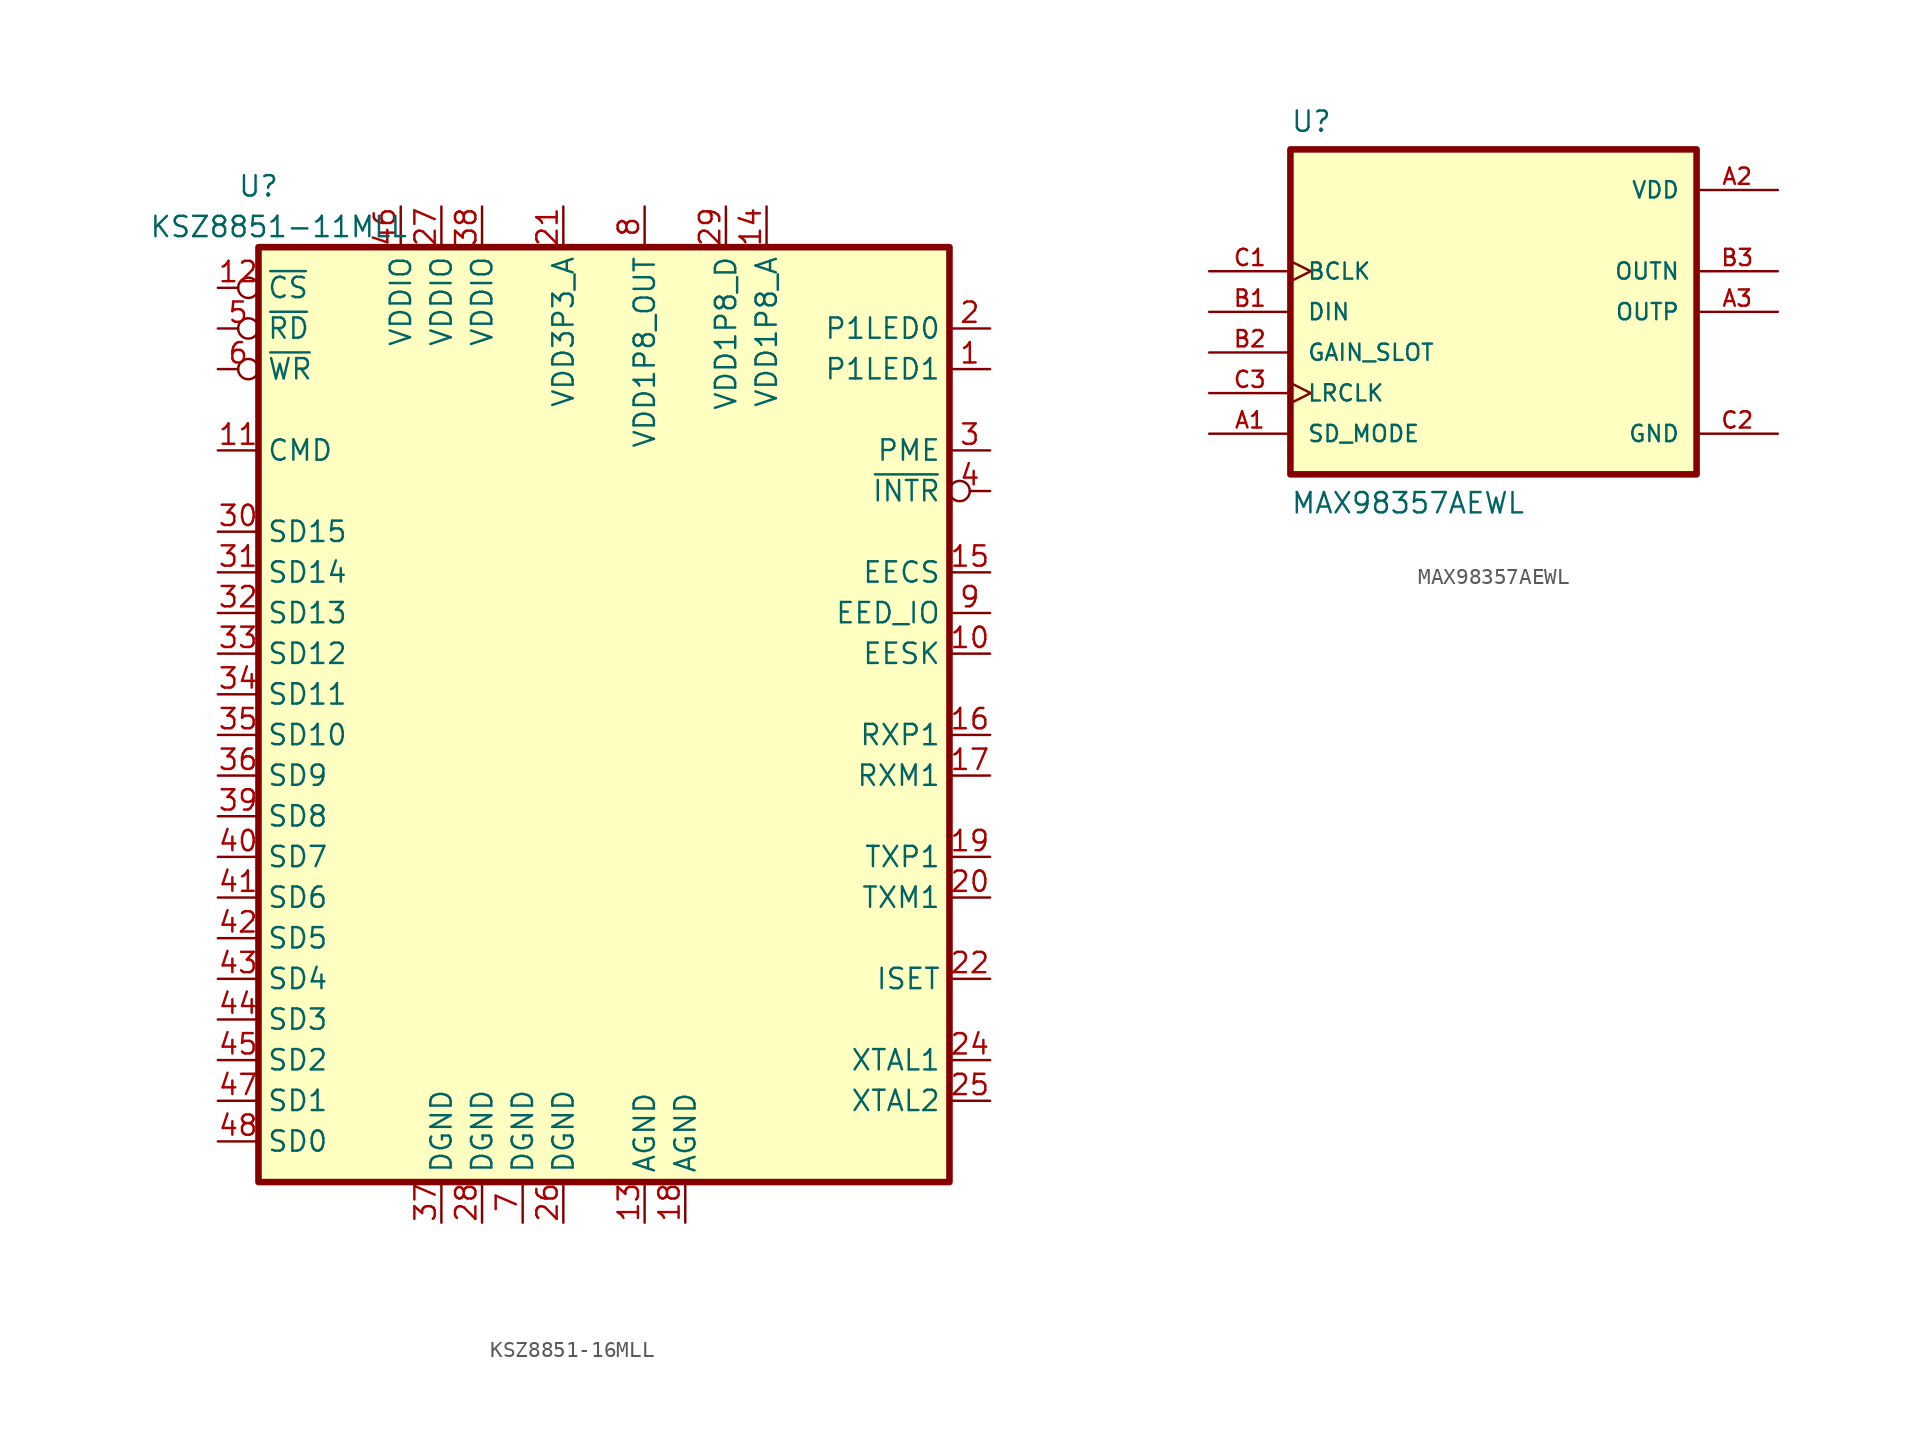
<source format=kicad_sym>
(kicad_symbol_lib
  (version 20231120)
  (generator "kicad_symbol_editor")
  (generator_version "8.0")
  (symbol "KSZ8851-16MLL"
    (property "Reference" "U"
      (at -11.43 16.51 0)
      (effects (font (size 1.27 1.27))))
    (property "Value" "KSZ8851-11MLL"
      (at -10.16 13.97 0)
      (effects (font (size 1.27 1.27))))
    (symbol "KSZ8851-16MLL_0_0"
      (rectangle (start -11.43 12.7) (end 31.75 -45.72) (stroke (width 0.41) (type default)) (fill (type background)))
      (pin bidirectional line (at 34.29 5.08 180) (length 2.54) (name "P1LED1" (effects (font (size 1.27 1.27)))) (number "1" (effects (font (size 1.27 1.27)))))
      (pin output line (at 34.29 -12.7 180) (length 2.54) (name "EESK" (effects (font (size 1.27 1.27)))) (number "10" (effects (font (size 1.27 1.27)))))
      (pin input line (at -13.97 0 0) (length 2.54) (name "CMD" (effects (font (size 1.27 1.27)))) (number "11" (effects (font (size 1.27 1.27)))))
      (pin input inverted (at -13.97 10.16 0) (length 2.54) (name "~{CS}" (effects (font (size 1.27 1.27)))) (number "12" (effects (font (size 1.27 1.27)))))
      (pin power_in line (at 12.7 -48.26 90) (length 2.54) (name "AGND" (effects (font (size 1.27 1.27)))) (number "13" (effects (font (size 1.27 1.27)))))
      (pin power_in line (at 20.32 15.24 270) (length 2.54) (name "VDD1P8_A" (effects (font (size 1.27 1.27)))) (number "14" (effects (font (size 1.27 1.27)))))
      (pin output line (at 34.29 -7.62 180) (length 2.54) (name "EECS" (effects (font (size 1.27 1.27)))) (number "15" (effects (font (size 1.27 1.27)))))
      (pin bidirectional line (at 34.29 -17.78 180) (length 2.54) (name "RXP1" (effects (font (size 1.27 1.27)))) (number "16" (effects (font (size 1.27 1.27)))))
      (pin bidirectional line (at 34.29 -20.32 180) (length 2.54) (name "RXM1" (effects (font (size 1.27 1.27)))) (number "17" (effects (font (size 1.27 1.27)))))
      (pin power_in line (at 15.24 -48.26 90) (length 2.54) (name "AGND" (effects (font (size 1.27 1.27)))) (number "18" (effects (font (size 1.27 1.27)))))
      (pin bidirectional line (at 34.29 -25.4 180) (length 2.54) (name "TXP1" (effects (font (size 1.27 1.27)))) (number "19" (effects (font (size 1.27 1.27)))))
      (pin output line (at 34.29 7.62 180) (length 2.54) (name "P1LED0" (effects (font (size 1.27 1.27)))) (number "2" (effects (font (size 1.27 1.27)))))
      (pin bidirectional line (at 34.29 -27.94 180) (length 2.54) (name "TXM1" (effects (font (size 1.27 1.27)))) (number "20" (effects (font (size 1.27 1.27)))))
      (pin power_out line (at 7.62 15.24 270) (length 2.54) (name "VDD3P3_A" (effects (font (size 1.27 1.27)))) (number "21" (effects (font (size 1.27 1.27)))))
      (pin passive line (at 34.29 -33.02 180) (length 2.54) (name "ISET" (effects (font (size 1.27 1.27)))) (number "22" (effects (font (size 1.27 1.27)))))
      (pin input line (at 34.29 -38.1 180) (length 2.54) (name "XTAL1" (effects (font (size 1.27 1.27)))) (number "24" (effects (font (size 1.27 1.27)))))
      (pin output line (at 34.29 -40.64 180) (length 2.54) (name "XTAL2" (effects (font (size 1.27 1.27)))) (number "25" (effects (font (size 1.27 1.27)))))
      (pin power_in line (at 7.62 -48.26 90) (length 2.54) (name "DGND" (effects (font (size 1.27 1.27)))) (number "26" (effects (font (size 1.27 1.27)))))
      (pin open_collector line (at 0 15.24 270) (length 2.54) (name "VDDIO" (effects (font (size 1.27 1.27)))) (number "27" (effects (font (size 1.27 1.27)))))
      (pin power_in line (at 2.54 -48.26 90) (length 2.54) (name "DGND" (effects (font (size 1.27 1.27)))) (number "28" (effects (font (size 1.27 1.27)))))
      (pin power_in line (at 17.78 15.24 270) (length 2.54) (name "VDD1P8_D" (effects (font (size 1.27 1.27)))) (number "29" (effects (font (size 1.27 1.27)))))
      (pin output line (at 34.29 0 180) (length 2.54) (name "PME" (effects (font (size 1.27 1.27)))) (number "3" (effects (font (size 1.27 1.27)))))
      (pin bidirectional line (at -13.97 -5.08 0) (length 2.54) (name "SD15" (effects (font (size 1.27 1.27)))) (number "30" (effects (font (size 1.27 1.27)))))
      (pin bidirectional line (at -13.97 -7.62 0) (length 2.54) (name "SD14" (effects (font (size 1.27 1.27)))) (number "31" (effects (font (size 1.27 1.27)))))
      (pin bidirectional line (at -13.97 -10.16 0) (length 2.54) (name "SD13" (effects (font (size 1.27 1.27)))) (number "32" (effects (font (size 1.27 1.27)))))
      (pin bidirectional line (at -13.97 -12.7 0) (length 2.54) (name "SD12" (effects (font (size 1.27 1.27)))) (number "33" (effects (font (size 1.27 1.27)))))
      (pin bidirectional line (at -13.97 -15.24 0) (length 2.54) (name "SD11" (effects (font (size 1.27 1.27)))) (number "34" (effects (font (size 1.27 1.27)))))
      (pin bidirectional line (at -13.97 -17.78 0) (length 2.54) (name "SD10" (effects (font (size 1.27 1.27)))) (number "35" (effects (font (size 1.27 1.27)))))
      (pin bidirectional line (at -13.97 -20.32 0) (length 2.54) (name "SD9" (effects (font (size 1.27 1.27)))) (number "36" (effects (font (size 1.27 1.27)))))
      (pin power_in line (at 0 -48.26 90) (length 2.54) (name "DGND" (effects (font (size 1.27 1.27)))) (number "37" (effects (font (size 1.27 1.27)))))
      (pin power_in line (at 2.54 15.24 270) (length 2.54) (name "VDDIO" (effects (font (size 1.27 1.27)))) (number "38" (effects (font (size 1.27 1.27)))))
      (pin bidirectional line (at -13.97 -22.86 0) (length 2.54) (name "SD8" (effects (font (size 1.27 1.27)))) (number "39" (effects (font (size 1.27 1.27)))))
      (pin output inverted (at 34.29 -2.54 180) (length 2.54) (name "~{INTR}" (effects (font (size 1.27 1.27)))) (number "4" (effects (font (size 1.27 1.27)))))
      (pin bidirectional line (at -13.97 -25.4 0) (length 2.54) (name "SD7" (effects (font (size 1.27 1.27)))) (number "40" (effects (font (size 1.27 1.27)))))
      (pin bidirectional line (at -13.97 -27.94 0) (length 2.54) (name "SD6" (effects (font (size 1.27 1.27)))) (number "41" (effects (font (size 1.27 1.27)))))
      (pin bidirectional line (at -13.97 -30.48 0) (length 2.54) (name "SD5" (effects (font (size 1.27 1.27)))) (number "42" (effects (font (size 1.27 1.27)))))
      (pin bidirectional line (at -13.97 -33.02 0) (length 2.54) (name "SD4" (effects (font (size 1.27 1.27)))) (number "43" (effects (font (size 1.27 1.27)))))
      (pin bidirectional line (at -13.97 -35.56 0) (length 2.54) (name "SD3" (effects (font (size 1.27 1.27)))) (number "44" (effects (font (size 1.27 1.27)))))
      (pin bidirectional line (at -13.97 -38.1 0) (length 2.54) (name "SD2" (effects (font (size 1.27 1.27)))) (number "45" (effects (font (size 1.27 1.27)))))
      (pin power_in line (at -2.54 15.24 270) (length 2.54) (name "VDDIO" (effects (font (size 1.27 1.27)))) (number "46" (effects (font (size 1.27 1.27)))))
      (pin bidirectional line (at -13.97 -40.64 0) (length 2.54) (name "SD1" (effects (font (size 1.27 1.27)))) (number "47" (effects (font (size 1.27 1.27)))))
      (pin bidirectional line (at -13.97 -43.18 0) (length 2.54) (name "SD0" (effects (font (size 1.27 1.27)))) (number "48" (effects (font (size 1.27 1.27)))))
      (pin input inverted (at -13.97 7.62 0) (length 2.54) (name "~{RD}" (effects (font (size 1.27 1.27)))) (number "5" (effects (font (size 1.27 1.27)))))
      (pin input inverted (at -13.97 5.08 0) (length 2.54) (name "~{WR}" (effects (font (size 1.27 1.27)))) (number "6" (effects (font (size 1.27 1.27)))))
      (pin power_in line (at 5.08 -48.26 90) (length 2.54) (name "DGND" (effects (font (size 1.27 1.27)))) (number "7" (effects (font (size 1.27 1.27)))))
      (pin power_out line (at 12.7 15.24 270) (length 2.54) (name "VDD1P8_OUT" (effects (font (size 1.27 1.27)))) (number "8" (effects (font (size 1.27 1.27)))))
      (pin bidirectional line (at 34.29 -10.16 180) (length 2.54) (name "EED_IO" (effects (font (size 1.27 1.27)))) (number "9" (effects (font (size 1.27 1.27)))))))
  (symbol "MAX98357AEWL"
    (pin_names
      (offset 1.016))
    (property "Reference" "U"
      (at -13.97 11.16 0)
      (effects (font (size 1.27 1.27)) (justify left bottom)))
    (property "Value" "MAX98357AEWL"
      (at -13.97 -12.7 0)
      (effects (font (size 1.27 1.27)) (justify left bottom)))
    (symbol "MAX98357AEWL_0_0"
      (rectangle (start -13.97 10.16) (end 11.43 -10.16) (stroke (width 0.41) (type default)) (fill (type background)))
      (pin input line (at -19.05 -7.62 0) (length 5.08) (name "SD_MODE" (effects (font (size 1.016 1.016)))) (number "A1" (effects (font (size 1.016 1.016)))))
      (pin power_in line (at 16.51 7.62 180) (length 5.08) (name "VDD" (effects (font (size 1.016 1.016)))) (number "A2" (effects (font (size 1.016 1.016)))))
      (pin output line (at 16.51 0 180) (length 5.08) (name "OUTP" (effects (font (size 1.016 1.016)))) (number "A3" (effects (font (size 1.016 1.016)))))
      (pin input line (at -19.05 0 0) (length 5.08) (name "DIN" (effects (font (size 1.016 1.016)))) (number "B1" (effects (font (size 1.016 1.016)))))
      (pin input line (at -19.05 -2.54 0) (length 5.08) (name "GAIN_SLOT" (effects (font (size 1.016 1.016)))) (number "B2" (effects (font (size 1.016 1.016)))))
      (pin output line (at 16.51 2.54 180) (length 5.08) (name "OUTN" (effects (font (size 1.016 1.016)))) (number "B3" (effects (font (size 1.016 1.016)))))
      (pin input clock (at -19.05 2.54 0) (length 5.08) (name "BCLK" (effects (font (size 1.016 1.016)))) (number "C1" (effects (font (size 1.016 1.016)))))
      (pin power_in line (at 16.51 -7.62 180) (length 5.08) (name "GND" (effects (font (size 1.016 1.016)))) (number "C2" (effects (font (size 1.016 1.016)))))
      (pin input clock (at -19.05 -5.08 0) (length 5.08) (name "LRCLK" (effects (font (size 1.016 1.016)))) (number "C3" (effects (font (size 1.016 1.016))))))))
</source>
